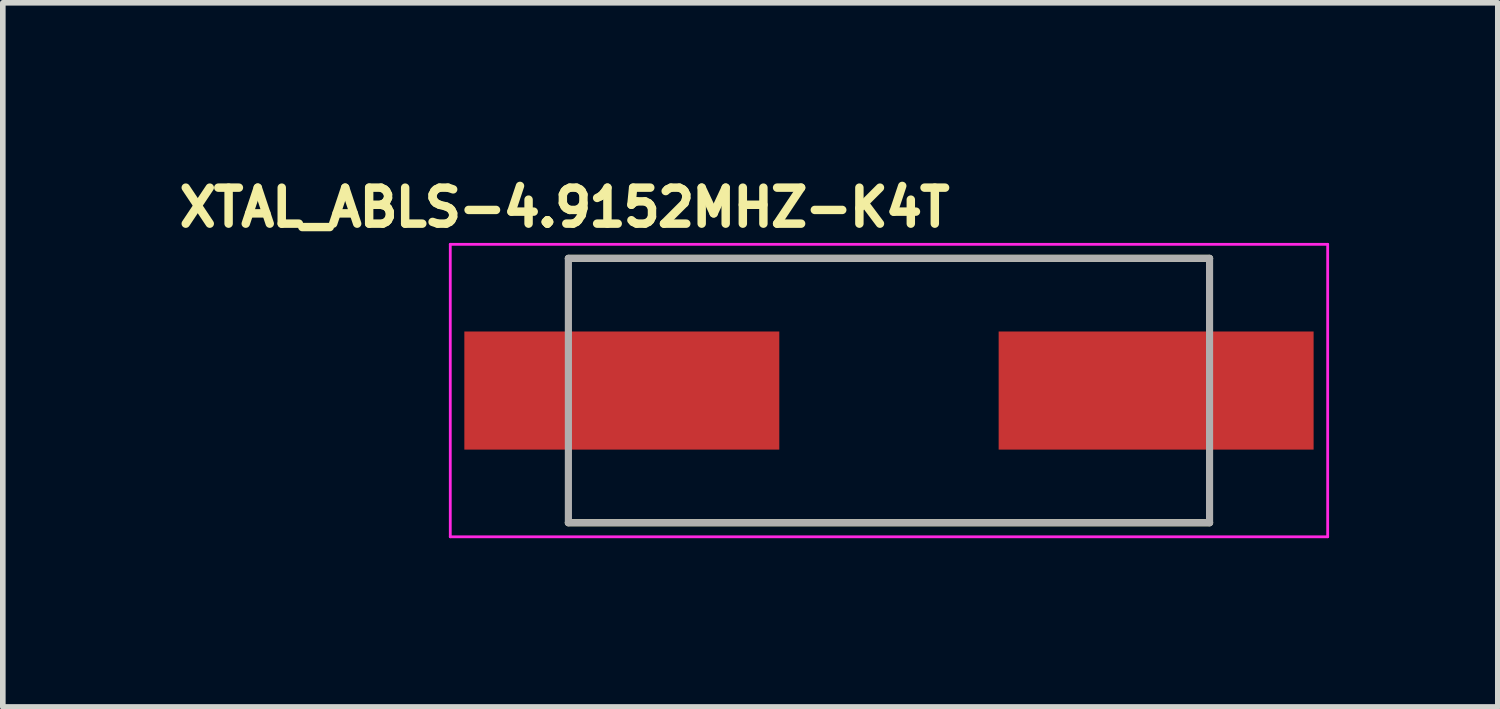
<source format=kicad_pcb>
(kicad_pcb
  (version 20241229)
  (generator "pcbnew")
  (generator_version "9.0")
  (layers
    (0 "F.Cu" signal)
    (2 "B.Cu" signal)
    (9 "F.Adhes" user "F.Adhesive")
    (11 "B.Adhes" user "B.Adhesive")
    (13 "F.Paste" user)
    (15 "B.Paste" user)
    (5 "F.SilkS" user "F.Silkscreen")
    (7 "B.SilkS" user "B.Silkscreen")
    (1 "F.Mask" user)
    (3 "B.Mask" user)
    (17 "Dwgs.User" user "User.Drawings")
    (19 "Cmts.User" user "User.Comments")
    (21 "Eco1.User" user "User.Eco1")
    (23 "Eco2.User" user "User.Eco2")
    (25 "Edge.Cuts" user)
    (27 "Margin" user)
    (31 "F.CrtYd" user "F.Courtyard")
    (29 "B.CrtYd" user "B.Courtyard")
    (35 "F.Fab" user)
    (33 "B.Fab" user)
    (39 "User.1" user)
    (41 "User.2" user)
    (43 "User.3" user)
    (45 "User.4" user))
  (footprint "XTAL_ABLS-4.9152MHZ-K4T"
    (layer "F.Cu")
    (at 12.756 3.894)
    (property "Reference" "XTAL_ABLS-4.9152MHZ-K4T" (at -5.768 -3.256 0) (layer "F.SilkS") (effects (font (size 0.64 0.64) (thickness 0.15))))
    (attr smd)
    (fp_line (start -5.7 -2.35) (end 5.7 -2.35) (stroke (width 0.127) (type solid)) (layer "F.SilkS"))
    (fp_line (start -5.7 2.35) (end 5.7 2.35) (stroke (width 0.127) (type solid)) (layer "F.SilkS"))
    (fp_line (start -7.8 -2.6) (end -7.8 2.6) (stroke (width 0.05) (type solid)) (layer "F.CrtYd"))
    (fp_line (start -7.8 2.6) (end 7.8 2.6) (stroke (width 0.05) (type solid)) (layer "F.CrtYd"))
    (fp_line (start 7.8 -2.6) (end -7.8 -2.6) (stroke (width 0.05) (type solid)) (layer "F.CrtYd"))
    (fp_line (start 7.8 2.6) (end 7.8 -2.6) (stroke (width 0.05) (type solid)) (layer "F.CrtYd"))
    (fp_line (start -5.7 -2.35) (end -5.7 2.35) (stroke (width 0.127) (type solid)) (layer "F.Fab"))
    (fp_line (start -5.7 -2.35) (end 5.7 -2.35) (stroke (width 0.127) (type solid)) (layer "F.Fab"))
    (fp_line (start -5.7 2.35) (end 5.7 2.35) (stroke (width 0.127) (type solid)) (layer "F.Fab"))
    (fp_line (start 5.7 -2.35) (end 5.7 2.35) (stroke (width 0.127) (type solid)) (layer "F.Fab"))
    (pad "1" smd rect (at -4.75 0) (size 5.6 2.1) (layers "F.Cu" "F.Mask" "F.Paste"))
    (pad "2" smd rect (at 4.75 0) (size 5.6 2.1) (layers "F.Cu" "F.Mask" "F.Paste")))
  (gr_rect
    (start -3 -3)
    (end 23.581 9.519)
    (stroke (width 0.1) (type default))
    (fill no)
    (layer "Edge.Cuts")))
</source>
